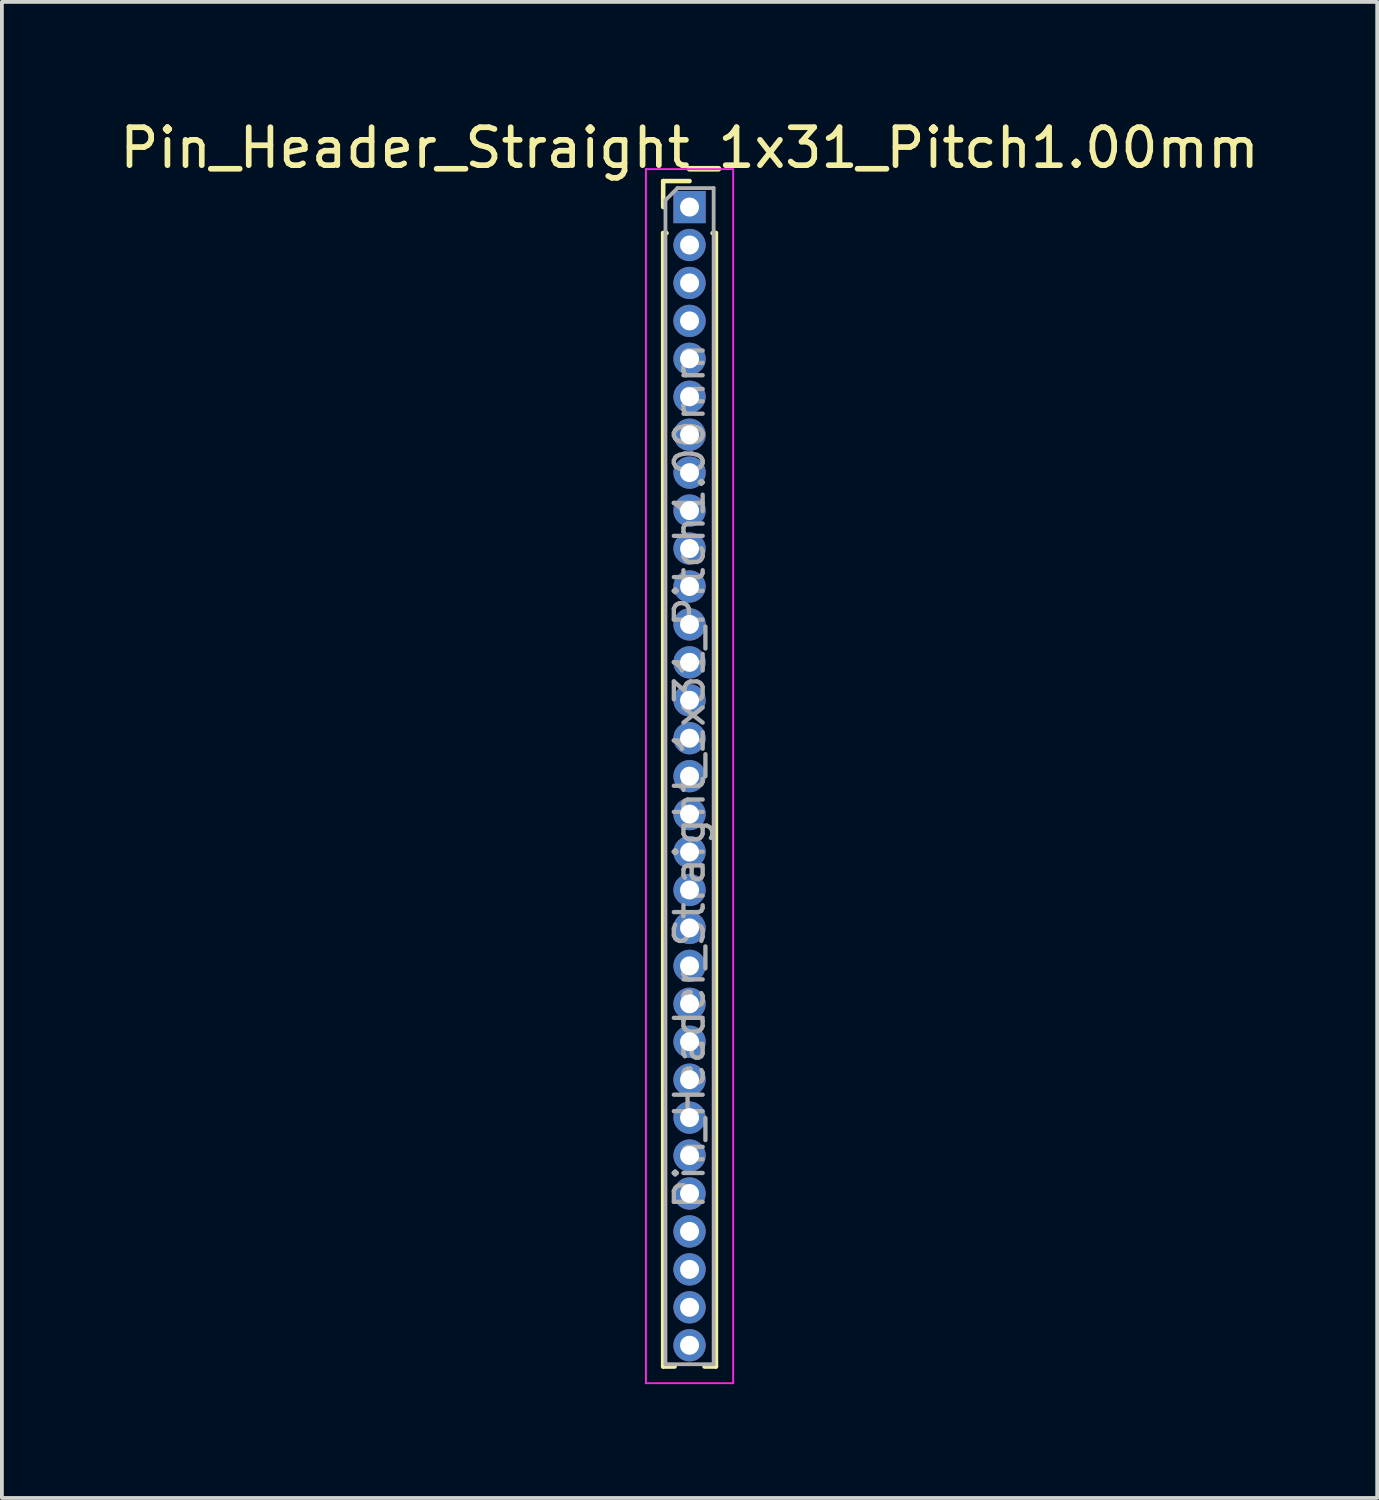
<source format=kicad_pcb>
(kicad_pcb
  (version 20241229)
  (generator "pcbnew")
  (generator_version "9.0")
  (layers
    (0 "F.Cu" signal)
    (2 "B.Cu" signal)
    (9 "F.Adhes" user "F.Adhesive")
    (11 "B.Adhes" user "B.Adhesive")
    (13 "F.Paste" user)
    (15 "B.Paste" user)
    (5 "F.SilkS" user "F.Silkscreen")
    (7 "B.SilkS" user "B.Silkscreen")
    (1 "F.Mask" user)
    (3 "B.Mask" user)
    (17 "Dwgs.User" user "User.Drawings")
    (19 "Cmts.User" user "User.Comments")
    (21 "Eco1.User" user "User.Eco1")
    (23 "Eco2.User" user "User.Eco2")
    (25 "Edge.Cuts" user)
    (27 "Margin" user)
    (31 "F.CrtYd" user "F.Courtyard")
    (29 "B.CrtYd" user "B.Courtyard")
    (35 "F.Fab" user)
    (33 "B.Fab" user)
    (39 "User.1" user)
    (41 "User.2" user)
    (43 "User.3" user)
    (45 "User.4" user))
  (footprint "Pin_Header_Straight_1x31_Pitch1.00mm"
    (layer "F.Cu")
    (at 15.125 2.408)
    (property "Reference" "Pin_Header_Straight_1x31_Pitch1.00mm" (at 0 -1.56 0) (layer "F.SilkS") (effects (font (size 1 1) (thickness 0.15))))
    (attr through_hole)
    (fp_line (start -0.695 -0.685) (end 0 -0.685) (stroke (width 0.12) (type solid)) (layer "F.SilkS"))
    (fp_line (start -0.695 0) (end -0.695 -0.685) (stroke (width 0.12) (type solid)) (layer "F.SilkS"))
    (fp_line (start -0.695 0.685) (end -0.695 30.56) (stroke (width 0.12) (type solid)) (layer "F.SilkS"))
    (fp_line (start -0.695 0.685) (end -0.608 0.685) (stroke (width 0.12) (type solid)) (layer "F.SilkS"))
    (fp_line (start -0.695 30.56) (end -0.394 30.56) (stroke (width 0.12) (type solid)) (layer "F.SilkS"))
    (fp_line (start 0.394 30.56) (end 0.695 30.56) (stroke (width 0.12) (type solid)) (layer "F.SilkS"))
    (fp_line (start 0.608 0.685) (end 0.695 0.685) (stroke (width 0.12) (type solid)) (layer "F.SilkS"))
    (fp_line (start 0.695 0.685) (end 0.695 30.56) (stroke (width 0.12) (type solid)) (layer "F.SilkS"))
    (fp_line (start -1.15 -1) (end -1.15 31) (stroke (width 0.05) (type solid)) (layer "F.CrtYd"))
    (fp_line (start -1.15 31) (end 1.15 31) (stroke (width 0.05) (type solid)) (layer "F.CrtYd"))
    (fp_line (start 1.15 -1) (end -1.15 -1) (stroke (width 0.05) (type solid)) (layer "F.CrtYd"))
    (fp_line (start 1.15 31) (end 1.15 -1) (stroke (width 0.05) (type solid)) (layer "F.CrtYd"))
    (fp_line (start -0.635 -0.182) (end -0.318 -0.5) (stroke (width 0.1) (type solid)) (layer "F.Fab"))
    (fp_line (start -0.635 30.5) (end -0.635 -0.182) (stroke (width 0.1) (type solid)) (layer "F.Fab"))
    (fp_line (start -0.318 -0.5) (end 0.635 -0.5) (stroke (width 0.1) (type solid)) (layer "F.Fab"))
    (fp_line (start 0.635 -0.5) (end 0.635 30.5) (stroke (width 0.1) (type solid)) (layer "F.Fab"))
    (fp_line (start 0.635 30.5) (end -0.635 30.5) (stroke (width 0.1) (type solid)) (layer "F.Fab"))
    (fp_text user "${REFERENCE}" (at 0 15 90) (layer "F.Fab") (effects (font (size 0.76 0.76) (thickness 0.114))))
    (pad "1" thru_hole rect (at 0 0) (size 0.85 0.85) (drill 0.5) (layers "*.Cu" "*.Mask"))
    (pad "2" thru_hole oval (at 0 1) (size 0.85 0.85) (drill 0.5) (layers "*.Cu" "*.Mask"))
    (pad "3" thru_hole oval (at 0 2) (size 0.85 0.85) (drill 0.5) (layers "*.Cu" "*.Mask"))
    (pad "4" thru_hole oval (at 0 3) (size 0.85 0.85) (drill 0.5) (layers "*.Cu" "*.Mask"))
    (pad "5" thru_hole oval (at 0 4) (size 0.85 0.85) (drill 0.5) (layers "*.Cu" "*.Mask"))
    (pad "6" thru_hole oval (at 0 5) (size 0.85 0.85) (drill 0.5) (layers "*.Cu" "*.Mask"))
    (pad "7" thru_hole oval (at 0 6) (size 0.85 0.85) (drill 0.5) (layers "*.Cu" "*.Mask"))
    (pad "8" thru_hole oval (at 0 7) (size 0.85 0.85) (drill 0.5) (layers "*.Cu" "*.Mask"))
    (pad "9" thru_hole oval (at 0 8) (size 0.85 0.85) (drill 0.5) (layers "*.Cu" "*.Mask"))
    (pad "10" thru_hole oval (at 0 9) (size 0.85 0.85) (drill 0.5) (layers "*.Cu" "*.Mask"))
    (pad "11" thru_hole oval (at 0 10) (size 0.85 0.85) (drill 0.5) (layers "*.Cu" "*.Mask"))
    (pad "12" thru_hole oval (at 0 11) (size 0.85 0.85) (drill 0.5) (layers "*.Cu" "*.Mask"))
    (pad "13" thru_hole oval (at 0 12) (size 0.85 0.85) (drill 0.5) (layers "*.Cu" "*.Mask"))
    (pad "14" thru_hole oval (at 0 13) (size 0.85 0.85) (drill 0.5) (layers "*.Cu" "*.Mask"))
    (pad "15" thru_hole oval (at 0 14) (size 0.85 0.85) (drill 0.5) (layers "*.Cu" "*.Mask"))
    (pad "16" thru_hole oval (at 0 15) (size 0.85 0.85) (drill 0.5) (layers "*.Cu" "*.Mask"))
    (pad "17" thru_hole oval (at 0 16) (size 0.85 0.85) (drill 0.5) (layers "*.Cu" "*.Mask"))
    (pad "18" thru_hole oval (at 0 17) (size 0.85 0.85) (drill 0.5) (layers "*.Cu" "*.Mask"))
    (pad "19" thru_hole oval (at 0 18) (size 0.85 0.85) (drill 0.5) (layers "*.Cu" "*.Mask"))
    (pad "20" thru_hole oval (at 0 19) (size 0.85 0.85) (drill 0.5) (layers "*.Cu" "*.Mask"))
    (pad "21" thru_hole oval (at 0 20) (size 0.85 0.85) (drill 0.5) (layers "*.Cu" "*.Mask"))
    (pad "22" thru_hole oval (at 0 21) (size 0.85 0.85) (drill 0.5) (layers "*.Cu" "*.Mask"))
    (pad "23" thru_hole oval (at 0 22) (size 0.85 0.85) (drill 0.5) (layers "*.Cu" "*.Mask"))
    (pad "24" thru_hole oval (at 0 23) (size 0.85 0.85) (drill 0.5) (layers "*.Cu" "*.Mask"))
    (pad "25" thru_hole oval (at 0 24) (size 0.85 0.85) (drill 0.5) (layers "*.Cu" "*.Mask"))
    (pad "26" thru_hole oval (at 0 25) (size 0.85 0.85) (drill 0.5) (layers "*.Cu" "*.Mask"))
    (pad "27" thru_hole oval (at 0 26) (size 0.85 0.85) (drill 0.5) (layers "*.Cu" "*.Mask"))
    (pad "28" thru_hole oval (at 0 27) (size 0.85 0.85) (drill 0.5) (layers "*.Cu" "*.Mask"))
    (pad "29" thru_hole oval (at 0 28) (size 0.85 0.85) (drill 0.5) (layers "*.Cu" "*.Mask"))
    (pad "30" thru_hole oval (at 0 29) (size 0.85 0.85) (drill 0.5) (layers "*.Cu" "*.Mask"))
    (pad "31" thru_hole oval (at 0 30) (size 0.85 0.85) (drill 0.5) (layers "*.Cu" "*.Mask")))
  (gr_rect
    (start -3 -3)
    (end 33.25 36.433)
    (stroke (width 0.1) (type default))
    (fill no)
    (layer "Edge.Cuts")))
</source>
